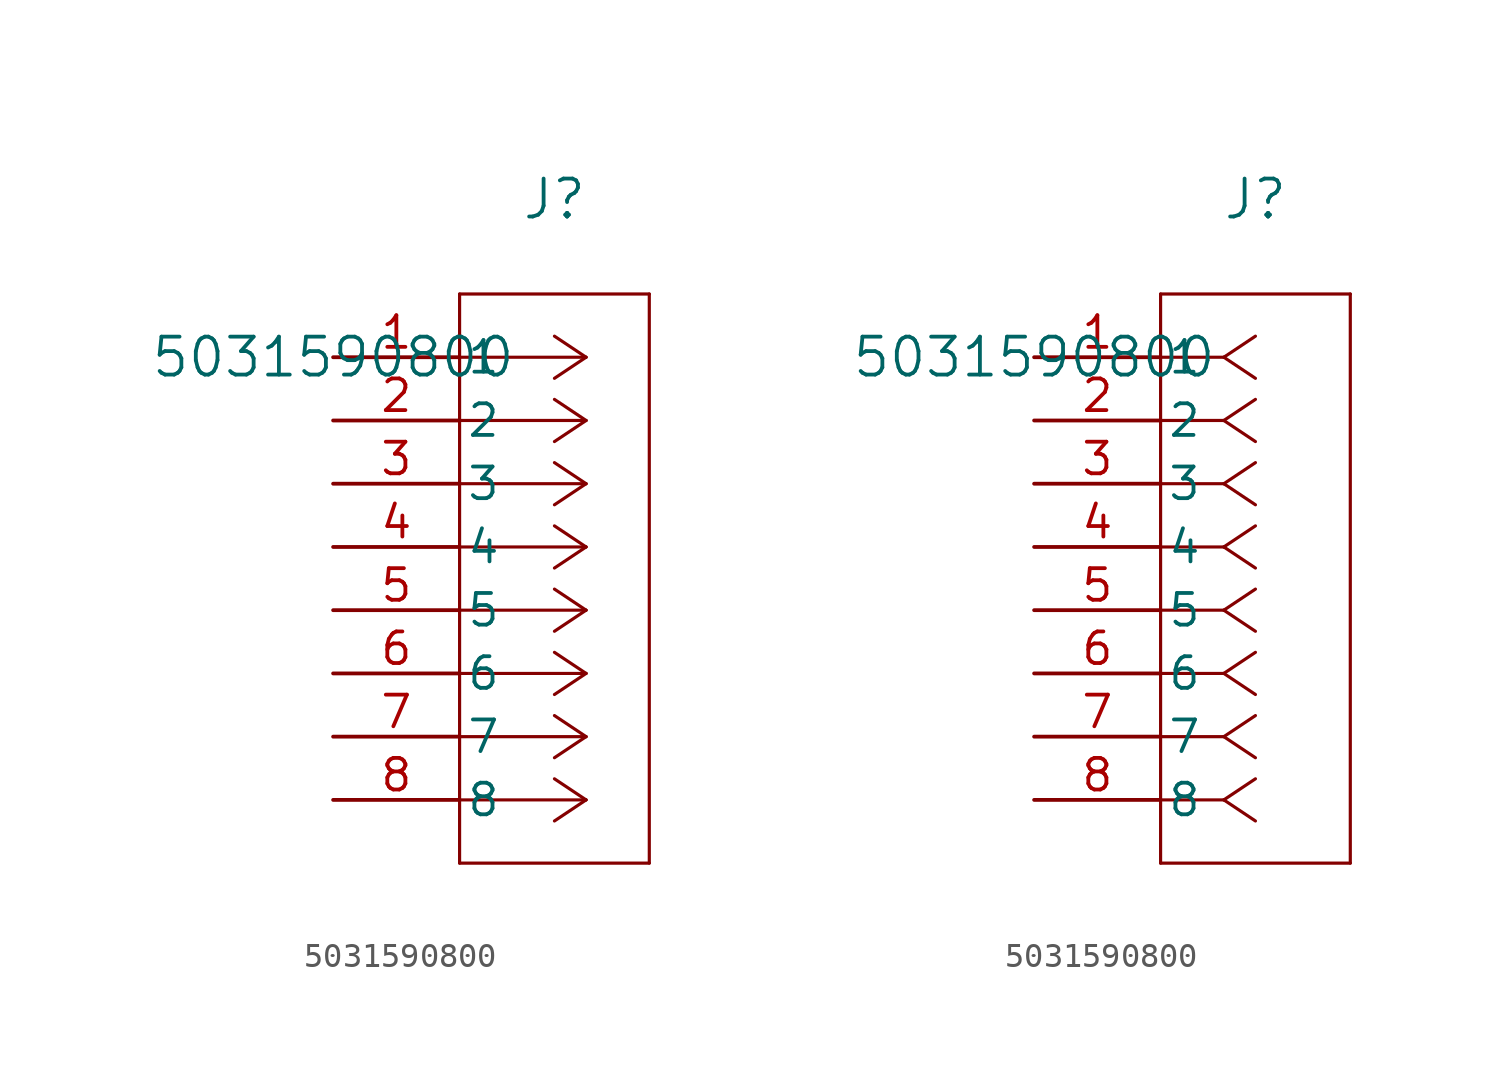
<source format=kicad_sym>
(kicad_symbol_lib
  (version 20220914)
  (generator kicad_symbol_editor)
  (symbol "5031590800"
    (pin_names
      (offset 0.254))
    (property "Reference" "J"
      (at 8.89 6.35 0)
      (effects (font (size 1.524 1.524))))
    (property "Value" "5031590800"
      (at 0 0 0)
      (effects (font (size 1.524 1.524))))
    (property "ki_locked" ""
      (at 0 0 0)
      (effects (font (size 1.27 1.27))))
    (symbol "5031590800_1_1"
      (polyline (pts (xy 5.08 -20.32) (xy 12.7 -20.32)) (stroke (width 0.127) (type default)) (fill (type none)))
      (polyline (pts (xy 5.08 2.54) (xy 5.08 -20.32)) (stroke (width 0.127) (type default)) (fill (type none)))
      (polyline (pts (xy 10.16 -17.78) (xy 5.08 -17.78)) (stroke (width 0.127) (type default)) (fill (type none)))
      (polyline (pts (xy 10.16 -17.78) (xy 8.89 -18.627)) (stroke (width 0.127) (type default)) (fill (type none)))
      (polyline (pts (xy 10.16 -17.78) (xy 8.89 -16.933)) (stroke (width 0.127) (type default)) (fill (type none)))
      (polyline (pts (xy 10.16 -15.24) (xy 5.08 -15.24)) (stroke (width 0.127) (type default)) (fill (type none)))
      (polyline (pts (xy 10.16 -15.24) (xy 8.89 -16.087)) (stroke (width 0.127) (type default)) (fill (type none)))
      (polyline (pts (xy 10.16 -15.24) (xy 8.89 -14.393)) (stroke (width 0.127) (type default)) (fill (type none)))
      (polyline (pts (xy 10.16 -12.7) (xy 5.08 -12.7)) (stroke (width 0.127) (type default)) (fill (type none)))
      (polyline (pts (xy 10.16 -12.7) (xy 8.89 -13.547)) (stroke (width 0.127) (type default)) (fill (type none)))
      (polyline (pts (xy 10.16 -12.7) (xy 8.89 -11.853)) (stroke (width 0.127) (type default)) (fill (type none)))
      (polyline (pts (xy 10.16 -10.16) (xy 5.08 -10.16)) (stroke (width 0.127) (type default)) (fill (type none)))
      (polyline (pts (xy 10.16 -10.16) (xy 8.89 -11.007)) (stroke (width 0.127) (type default)) (fill (type none)))
      (polyline (pts (xy 10.16 -10.16) (xy 8.89 -9.313)) (stroke (width 0.127) (type default)) (fill (type none)))
      (polyline (pts (xy 10.16 -7.62) (xy 5.08 -7.62)) (stroke (width 0.127) (type default)) (fill (type none)))
      (polyline (pts (xy 10.16 -7.62) (xy 8.89 -8.467)) (stroke (width 0.127) (type default)) (fill (type none)))
      (polyline (pts (xy 10.16 -7.62) (xy 8.89 -6.773)) (stroke (width 0.127) (type default)) (fill (type none)))
      (polyline (pts (xy 10.16 -5.08) (xy 5.08 -5.08)) (stroke (width 0.127) (type default)) (fill (type none)))
      (polyline (pts (xy 10.16 -5.08) (xy 8.89 -5.927)) (stroke (width 0.127) (type default)) (fill (type none)))
      (polyline (pts (xy 10.16 -5.08) (xy 8.89 -4.233)) (stroke (width 0.127) (type default)) (fill (type none)))
      (polyline (pts (xy 10.16 -2.54) (xy 5.08 -2.54)) (stroke (width 0.127) (type default)) (fill (type none)))
      (polyline (pts (xy 10.16 -2.54) (xy 8.89 -3.387)) (stroke (width 0.127) (type default)) (fill (type none)))
      (polyline (pts (xy 10.16 -2.54) (xy 8.89 -1.693)) (stroke (width 0.127) (type default)) (fill (type none)))
      (polyline (pts (xy 10.16 0) (xy 5.08 0)) (stroke (width 0.127) (type default)) (fill (type none)))
      (polyline (pts (xy 10.16 0) (xy 8.89 -0.847)) (stroke (width 0.127) (type default)) (fill (type none)))
      (polyline (pts (xy 10.16 0) (xy 8.89 0.847)) (stroke (width 0.127) (type default)) (fill (type none)))
      (polyline (pts (xy 12.7 -20.32) (xy 12.7 2.54)) (stroke (width 0.127) (type default)) (fill (type none)))
      (polyline (pts (xy 12.7 2.54) (xy 5.08 2.54)) (stroke (width 0.127) (type default)) (fill (type none)))
      (pin unspecified line (at 0 0 0) (length 5.08) (name "1" (effects (font (size 1.27 1.27)))) (number "1" (effects (font (size 1.27 1.27)))))
      (pin unspecified line (at 0 -2.54 0) (length 5.08) (name "2" (effects (font (size 1.27 1.27)))) (number "2" (effects (font (size 1.27 1.27)))))
      (pin unspecified line (at 0 -5.08 0) (length 5.08) (name "3" (effects (font (size 1.27 1.27)))) (number "3" (effects (font (size 1.27 1.27)))))
      (pin unspecified line (at 0 -7.62 0) (length 5.08) (name "4" (effects (font (size 1.27 1.27)))) (number "4" (effects (font (size 1.27 1.27)))))
      (pin unspecified line (at 0 -10.16 0) (length 5.08) (name "5" (effects (font (size 1.27 1.27)))) (number "5" (effects (font (size 1.27 1.27)))))
      (pin unspecified line (at 0 -12.7 0) (length 5.08) (name "6" (effects (font (size 1.27 1.27)))) (number "6" (effects (font (size 1.27 1.27)))))
      (pin unspecified line (at 0 -15.24 0) (length 5.08) (name "7" (effects (font (size 1.27 1.27)))) (number "7" (effects (font (size 1.27 1.27)))))
      (pin unspecified line (at 0 -17.78 0) (length 5.08) (name "8" (effects (font (size 1.27 1.27)))) (number "8" (effects (font (size 1.27 1.27))))))
    (symbol "5031590800_1_2"
      (polyline (pts (xy 5.08 -20.32) (xy 12.7 -20.32)) (stroke (width 0.127) (type default)) (fill (type none)))
      (polyline (pts (xy 5.08 2.54) (xy 5.08 -20.32)) (stroke (width 0.127) (type default)) (fill (type none)))
      (polyline (pts (xy 7.62 -17.78) (xy 5.08 -17.78)) (stroke (width 0.127) (type default)) (fill (type none)))
      (polyline (pts (xy 7.62 -17.78) (xy 8.89 -18.627)) (stroke (width 0.127) (type default)) (fill (type none)))
      (polyline (pts (xy 7.62 -17.78) (xy 8.89 -16.933)) (stroke (width 0.127) (type default)) (fill (type none)))
      (polyline (pts (xy 7.62 -15.24) (xy 5.08 -15.24)) (stroke (width 0.127) (type default)) (fill (type none)))
      (polyline (pts (xy 7.62 -15.24) (xy 8.89 -16.087)) (stroke (width 0.127) (type default)) (fill (type none)))
      (polyline (pts (xy 7.62 -15.24) (xy 8.89 -14.393)) (stroke (width 0.127) (type default)) (fill (type none)))
      (polyline (pts (xy 7.62 -12.7) (xy 5.08 -12.7)) (stroke (width 0.127) (type default)) (fill (type none)))
      (polyline (pts (xy 7.62 -12.7) (xy 8.89 -13.547)) (stroke (width 0.127) (type default)) (fill (type none)))
      (polyline (pts (xy 7.62 -12.7) (xy 8.89 -11.853)) (stroke (width 0.127) (type default)) (fill (type none)))
      (polyline (pts (xy 7.62 -10.16) (xy 5.08 -10.16)) (stroke (width 0.127) (type default)) (fill (type none)))
      (polyline (pts (xy 7.62 -10.16) (xy 8.89 -11.007)) (stroke (width 0.127) (type default)) (fill (type none)))
      (polyline (pts (xy 7.62 -10.16) (xy 8.89 -9.313)) (stroke (width 0.127) (type default)) (fill (type none)))
      (polyline (pts (xy 7.62 -7.62) (xy 5.08 -7.62)) (stroke (width 0.127) (type default)) (fill (type none)))
      (polyline (pts (xy 7.62 -7.62) (xy 8.89 -8.467)) (stroke (width 0.127) (type default)) (fill (type none)))
      (polyline (pts (xy 7.62 -7.62) (xy 8.89 -6.773)) (stroke (width 0.127) (type default)) (fill (type none)))
      (polyline (pts (xy 7.62 -5.08) (xy 5.08 -5.08)) (stroke (width 0.127) (type default)) (fill (type none)))
      (polyline (pts (xy 7.62 -5.08) (xy 8.89 -5.927)) (stroke (width 0.127) (type default)) (fill (type none)))
      (polyline (pts (xy 7.62 -5.08) (xy 8.89 -4.233)) (stroke (width 0.127) (type default)) (fill (type none)))
      (polyline (pts (xy 7.62 -2.54) (xy 5.08 -2.54)) (stroke (width 0.127) (type default)) (fill (type none)))
      (polyline (pts (xy 7.62 -2.54) (xy 8.89 -3.387)) (stroke (width 0.127) (type default)) (fill (type none)))
      (polyline (pts (xy 7.62 -2.54) (xy 8.89 -1.693)) (stroke (width 0.127) (type default)) (fill (type none)))
      (polyline (pts (xy 7.62 0) (xy 5.08 0)) (stroke (width 0.127) (type default)) (fill (type none)))
      (polyline (pts (xy 7.62 0) (xy 8.89 -0.847)) (stroke (width 0.127) (type default)) (fill (type none)))
      (polyline (pts (xy 7.62 0) (xy 8.89 0.847)) (stroke (width 0.127) (type default)) (fill (type none)))
      (polyline (pts (xy 12.7 -20.32) (xy 12.7 2.54)) (stroke (width 0.127) (type default)) (fill (type none)))
      (polyline (pts (xy 12.7 2.54) (xy 5.08 2.54)) (stroke (width 0.127) (type default)) (fill (type none)))
      (pin unspecified line (at 0 0 0) (length 5.08) (name "1" (effects (font (size 1.27 1.27)))) (number "1" (effects (font (size 1.27 1.27)))))
      (pin unspecified line (at 0 -2.54 0) (length 5.08) (name "2" (effects (font (size 1.27 1.27)))) (number "2" (effects (font (size 1.27 1.27)))))
      (pin unspecified line (at 0 -5.08 0) (length 5.08) (name "3" (effects (font (size 1.27 1.27)))) (number "3" (effects (font (size 1.27 1.27)))))
      (pin unspecified line (at 0 -7.62 0) (length 5.08) (name "4" (effects (font (size 1.27 1.27)))) (number "4" (effects (font (size 1.27 1.27)))))
      (pin unspecified line (at 0 -10.16 0) (length 5.08) (name "5" (effects (font (size 1.27 1.27)))) (number "5" (effects (font (size 1.27 1.27)))))
      (pin unspecified line (at 0 -12.7 0) (length 5.08) (name "6" (effects (font (size 1.27 1.27)))) (number "6" (effects (font (size 1.27 1.27)))))
      (pin unspecified line (at 0 -15.24 0) (length 5.08) (name "7" (effects (font (size 1.27 1.27)))) (number "7" (effects (font (size 1.27 1.27)))))
      (pin unspecified line (at 0 -17.78 0) (length 5.08) (name "8" (effects (font (size 1.27 1.27)))) (number "8" (effects (font (size 1.27 1.27))))))))
</source>
